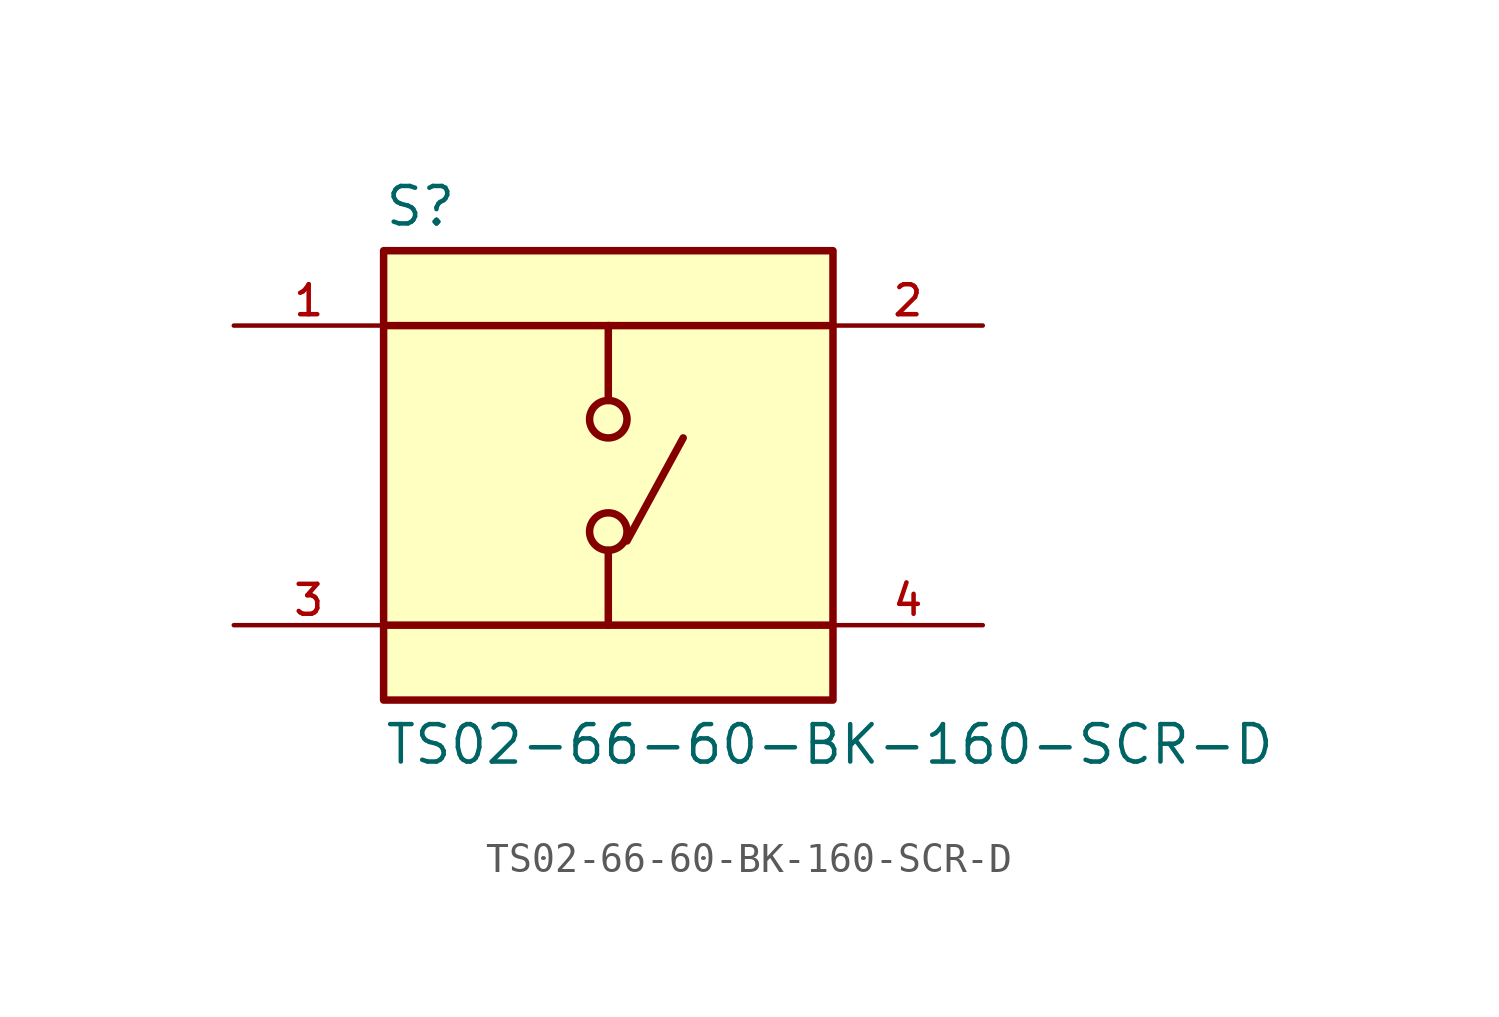
<source format=kicad_sym>
(kicad_symbol_lib
  (version 20211014)
  (generator kicad_symbol_editor)
  (symbol "TS02-66-60-BK-160-SCR-D"
    (pin_names
      (offset 1.016))
    (property "Reference" "S"
      (at -7.62 8.382 0)
      (effects (font (size 1.27 1.27)) (justify bottom left)))
    (property "Value" "TS02-66-60-BK-160-SCR-D"
      (at -7.62 -8.382 0)
      (effects (font (size 1.27 1.27)) (justify top left)))
    (symbol "TS02-66-60-BK-160-SCR-D_0_0"
      (polyline (pts (xy 0.0 5.08) (xy 0.0 2.54)) (stroke (width 0.254)))
      (polyline (pts (xy 0.0 -2.54) (xy 0.0 -5.08)) (stroke (width 0.254)))
      (polyline (pts (xy 0.0 5.08) (xy -7.62 5.08)) (stroke (width 0.254)))
      (polyline (pts (xy 0.0 5.08) (xy 7.62 5.08)) (stroke (width 0.254)))
      (polyline (pts (xy 0.0 -5.08) (xy -7.62 -5.08)) (stroke (width 0.254)))
      (polyline (pts (xy 0.0 -5.08) (xy 7.62 -5.08)) (stroke (width 0.254)))
      (circle (center 0.0 -1.905) (radius 0.635) (stroke (width 0.254)) (fill (type none)))
      (circle (center 0.0 1.905) (radius 0.635) (stroke (width 0.254)) (fill (type none)))
      (polyline (pts (xy 0.635 -2.223) (xy 2.54 1.27)) (stroke (width 0.254)))
      (rectangle (start -7.62 -7.62) (end 7.62 7.62) (stroke (width 0.254)) (fill (type background)))
      (pin passive line (at -12.7 5.08 0) (length 5.08) (name "~" (effects (font (size 1.016 1.016)))) (number "1" (effects (font (size 1.016 1.016)))))
      (pin passive line (at -12.7 -5.08 0) (length 5.08) (name "~" (effects (font (size 1.016 1.016)))) (number "3" (effects (font (size 1.016 1.016)))))
      (pin passive line (at 12.7 5.08 180.0) (length 5.08) (name "~" (effects (font (size 1.016 1.016)))) (number "2" (effects (font (size 1.016 1.016)))))
      (pin passive line (at 12.7 -5.08 180.0) (length 5.08) (name "~" (effects (font (size 1.016 1.016)))) (number "4" (effects (font (size 1.016 1.016))))))))
</source>
